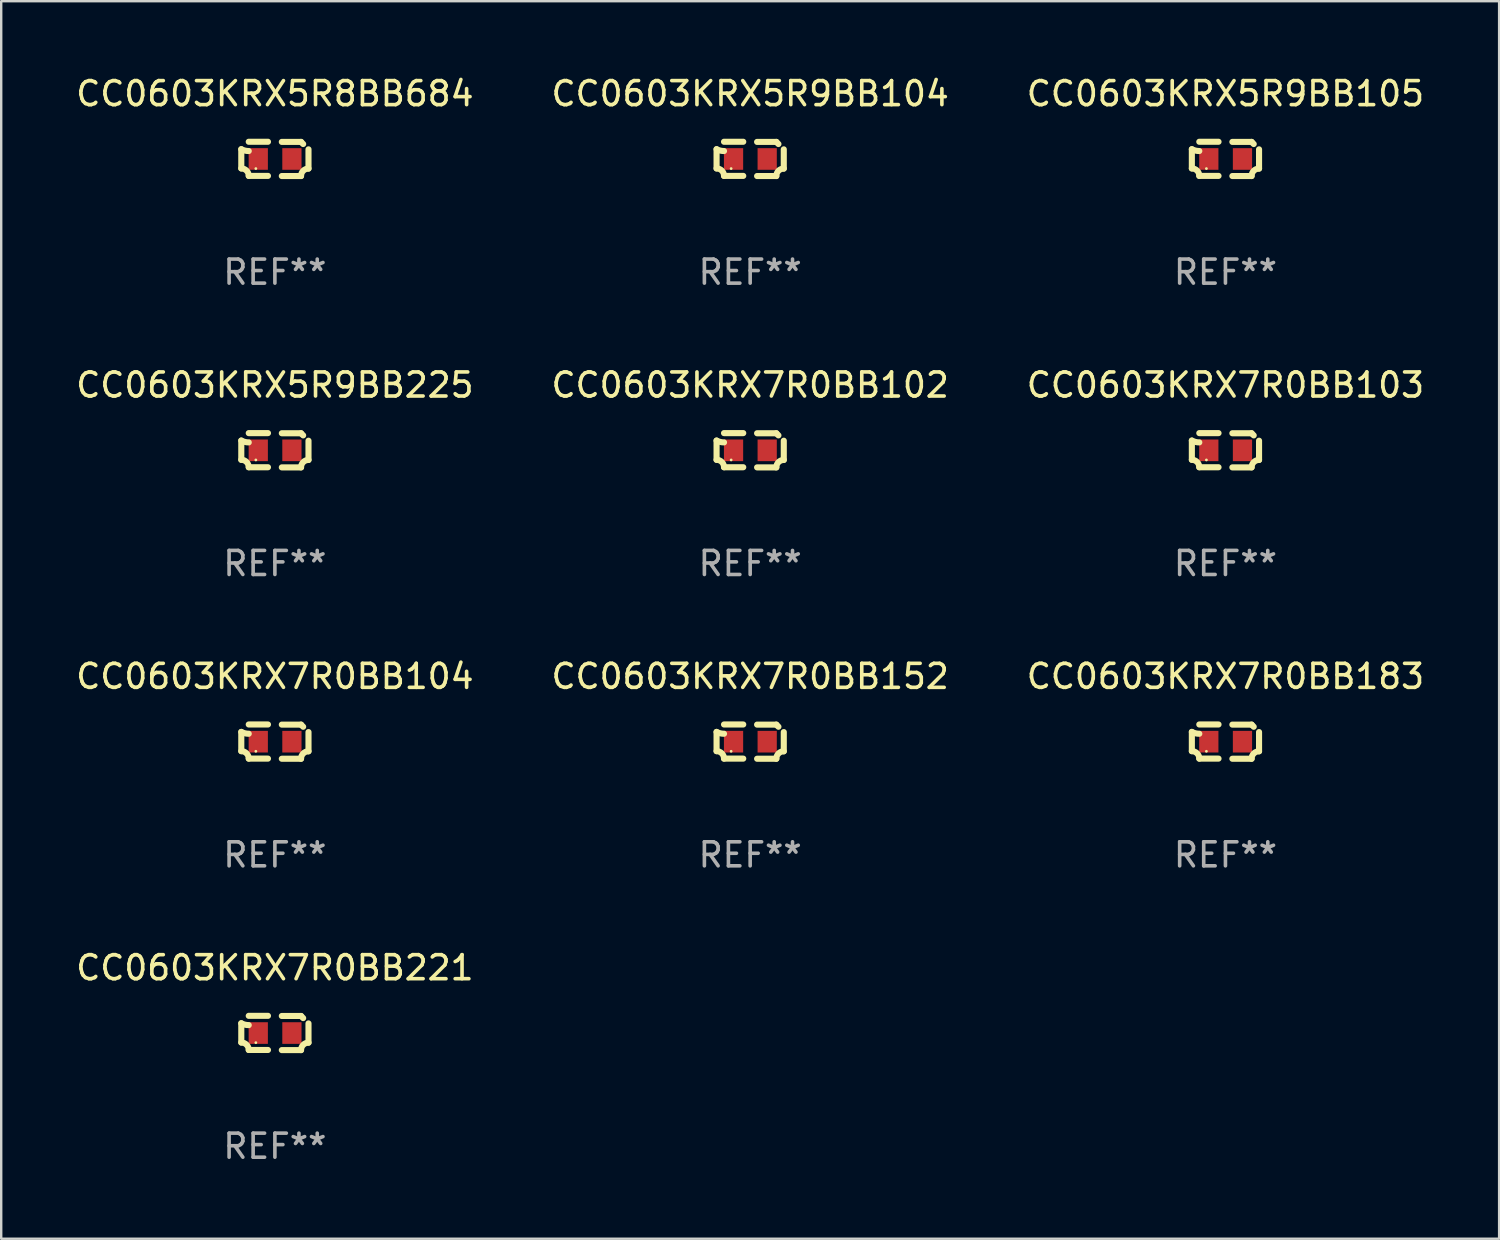
<source format=kicad_pcb>
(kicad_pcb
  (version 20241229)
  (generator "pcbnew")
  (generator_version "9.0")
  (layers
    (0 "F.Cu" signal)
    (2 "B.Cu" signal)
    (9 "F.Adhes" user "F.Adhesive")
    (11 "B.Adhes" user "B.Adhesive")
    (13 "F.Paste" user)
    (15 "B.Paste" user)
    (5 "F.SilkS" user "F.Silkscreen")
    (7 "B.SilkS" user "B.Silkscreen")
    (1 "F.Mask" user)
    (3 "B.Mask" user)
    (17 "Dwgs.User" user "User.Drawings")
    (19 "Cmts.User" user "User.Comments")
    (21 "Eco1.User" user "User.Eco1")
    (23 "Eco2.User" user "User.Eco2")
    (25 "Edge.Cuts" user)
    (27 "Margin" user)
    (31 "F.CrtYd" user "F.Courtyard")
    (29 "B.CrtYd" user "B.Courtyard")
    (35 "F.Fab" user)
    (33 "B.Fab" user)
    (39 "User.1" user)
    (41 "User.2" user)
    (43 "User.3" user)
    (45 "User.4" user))
  (footprint "CC0603KRX7R0BB221"
    (layer "F.Cu")
    (at 8.387 39.927)
    (property "Reference" "CC0603KRX7R0BB221" (at 0 -2.713 0) (layer "F.SilkS") (effects (font (size 1 1) (thickness 0.15))))
    (attr through_hole)
    (fp_line (start -1.398 -0.403) (end -1.398 0.397) (stroke (width 0.254) (type solid)) (layer "F.SilkS"))
    (fp_line (start -0.288 -0.713) (end -1.088 -0.713) (stroke (width 0.254) (type solid)) (layer "F.SilkS"))
    (fp_line (start -0.288 0.707) (end -1.088 0.707) (stroke (width 0.254) (type solid)) (layer "F.SilkS"))
    (fp_line (start 0.288 -0.707) (end 1.088 -0.707) (stroke (width 0.254) (type solid)) (layer "F.SilkS"))
    (fp_line (start 0.288 0.713) (end 1.088 0.713) (stroke (width 0.254) (type solid)) (layer "F.SilkS"))
    (fp_line (start 1.398 -0.397) (end 1.398 0.403) (stroke (width 0.254) (type solid)) (layer "F.SilkS"))
    (fp_arc (start -1.397789 0.397066) (mid -1.178701 0.487826) (end -1.08796 0.706922) (stroke (width 0.254001) (type solid)) (layer "F.SilkS"))
    (fp_arc (start -1.08796 -0.327176) (mid -1.247436 -0.346384) (end -1.39779 -0.402908) (stroke (width 0.254001) (type solid)) (layer "F.SilkS"))
    (fp_arc (start 1.087909 0.712738) (mid 1.178656 0.493655) (end 1.397739 0.402908) (stroke (width 0.254001) (type solid)) (layer "F.SilkS"))
    (fp_arc (start 1.175925 -0.618926) (mid 1.131917 -0.662923) (end 1.08791 -0.706922) (stroke (width 0.254001) (type solid)) (layer "F.SilkS"))
    (fp_circle (center -0.792 0.403) (end -0.762 0.403) (stroke (width 0.06) (type solid)) (fill no) (layer "F.SilkS"))
    (fp_text user "REF**" (at 0 4.713 0) (layer "F.Fab") (effects (font (size 1 1) (thickness 0.15))))
    (pad "1" smd rect (at -0.692 0.003) (size 0.8 0.9) (layers "F.Cu" "F.Mask" "F.Paste"))
    (pad "2" smd rect (at 0.708 0.003) (size 0.8 0.9) (layers "F.Cu" "F.Mask" "F.Paste")))
  (footprint "CC0603KRX5R8BB684"
    (layer "F.Cu")
    (at 8.387 3.561)
    (property "Reference" "CC0603KRX5R8BB684" (at 0 -2.713 0) (layer "F.SilkS") (effects (font (size 1 1) (thickness 0.15))))
    (attr through_hole)
    (fp_line (start -1.398 -0.403) (end -1.398 0.397) (stroke (width 0.254) (type solid)) (layer "F.SilkS"))
    (fp_line (start -0.288 -0.713) (end -1.088 -0.713) (stroke (width 0.254) (type solid)) (layer "F.SilkS"))
    (fp_line (start -0.288 0.707) (end -1.088 0.707) (stroke (width 0.254) (type solid)) (layer "F.SilkS"))
    (fp_line (start 0.288 -0.707) (end 1.088 -0.707) (stroke (width 0.254) (type solid)) (layer "F.SilkS"))
    (fp_line (start 0.288 0.713) (end 1.088 0.713) (stroke (width 0.254) (type solid)) (layer "F.SilkS"))
    (fp_line (start 1.398 -0.397) (end 1.398 0.403) (stroke (width 0.254) (type solid)) (layer "F.SilkS"))
    (fp_arc (start -1.397789 0.397066) (mid -1.178701 0.487826) (end -1.08796 0.706922) (stroke (width 0.254001) (type solid)) (layer "F.SilkS"))
    (fp_arc (start -1.08796 -0.327176) (mid -1.247436 -0.346384) (end -1.39779 -0.402908) (stroke (width 0.254001) (type solid)) (layer "F.SilkS"))
    (fp_arc (start 1.087909 0.712738) (mid 1.178656 0.493655) (end 1.397739 0.402908) (stroke (width 0.254001) (type solid)) (layer "F.SilkS"))
    (fp_arc (start 1.175925 -0.618926) (mid 1.131917 -0.662923) (end 1.08791 -0.706922) (stroke (width 0.254001) (type solid)) (layer "F.SilkS"))
    (fp_circle (center -0.792 0.403) (end -0.762 0.403) (stroke (width 0.06) (type solid)) (fill no) (layer "F.SilkS"))
    (fp_text user "REF**" (at 0 4.713 0) (layer "F.Fab") (effects (font (size 1 1) (thickness 0.15))))
    (pad "1" smd rect (at -0.692 0.003) (size 0.8 0.9) (layers "F.Cu" "F.Mask" "F.Paste"))
    (pad "2" smd rect (at 0.708 0.003) (size 0.8 0.9) (layers "F.Cu" "F.Mask" "F.Paste")))
  (footprint "CC0603KRX7R0BB183"
    (layer "F.Cu")
    (at 47.935 27.805)
    (property "Reference" "CC0603KRX7R0BB183" (at 0 -2.713 0) (layer "F.SilkS") (effects (font (size 1 1) (thickness 0.15))))
    (attr through_hole)
    (fp_line (start -1.398 -0.403) (end -1.398 0.397) (stroke (width 0.254) (type solid)) (layer "F.SilkS"))
    (fp_line (start -0.288 -0.713) (end -1.088 -0.713) (stroke (width 0.254) (type solid)) (layer "F.SilkS"))
    (fp_line (start -0.288 0.707) (end -1.088 0.707) (stroke (width 0.254) (type solid)) (layer "F.SilkS"))
    (fp_line (start 0.288 -0.707) (end 1.088 -0.707) (stroke (width 0.254) (type solid)) (layer "F.SilkS"))
    (fp_line (start 0.288 0.713) (end 1.088 0.713) (stroke (width 0.254) (type solid)) (layer "F.SilkS"))
    (fp_line (start 1.398 -0.397) (end 1.398 0.403) (stroke (width 0.254) (type solid)) (layer "F.SilkS"))
    (fp_arc (start -1.397789 0.397066) (mid -1.178701 0.487826) (end -1.08796 0.706922) (stroke (width 0.254001) (type solid)) (layer "F.SilkS"))
    (fp_arc (start -1.08796 -0.327176) (mid -1.247436 -0.346384) (end -1.39779 -0.402908) (stroke (width 0.254001) (type solid)) (layer "F.SilkS"))
    (fp_arc (start 1.087909 0.712738) (mid 1.178656 0.493655) (end 1.397739 0.402908) (stroke (width 0.254001) (type solid)) (layer "F.SilkS"))
    (fp_arc (start 1.175925 -0.618926) (mid 1.131917 -0.662923) (end 1.08791 -0.706922) (stroke (width 0.254001) (type solid)) (layer "F.SilkS"))
    (fp_circle (center -0.792 0.403) (end -0.762 0.403) (stroke (width 0.06) (type solid)) (fill no) (layer "F.SilkS"))
    (fp_text user "REF**" (at 0 4.713 0) (layer "F.Fab") (effects (font (size 1 1) (thickness 0.15))))
    (pad "1" smd rect (at -0.692 0.003) (size 0.8 0.9) (layers "F.Cu" "F.Mask" "F.Paste"))
    (pad "2" smd rect (at 0.708 0.003) (size 0.8 0.9) (layers "F.Cu" "F.Mask" "F.Paste")))
  (footprint "CC0603KRX7R0BB104"
    (layer "F.Cu")
    (at 8.387 27.805)
    (property "Reference" "CC0603KRX7R0BB104" (at 0 -2.713 0) (layer "F.SilkS") (effects (font (size 1 1) (thickness 0.15))))
    (attr through_hole)
    (fp_line (start -1.398 -0.403) (end -1.398 0.397) (stroke (width 0.254) (type solid)) (layer "F.SilkS"))
    (fp_line (start -0.288 -0.713) (end -1.088 -0.713) (stroke (width 0.254) (type solid)) (layer "F.SilkS"))
    (fp_line (start -0.288 0.707) (end -1.088 0.707) (stroke (width 0.254) (type solid)) (layer "F.SilkS"))
    (fp_line (start 0.288 -0.707) (end 1.088 -0.707) (stroke (width 0.254) (type solid)) (layer "F.SilkS"))
    (fp_line (start 0.288 0.713) (end 1.088 0.713) (stroke (width 0.254) (type solid)) (layer "F.SilkS"))
    (fp_line (start 1.398 -0.397) (end 1.398 0.403) (stroke (width 0.254) (type solid)) (layer "F.SilkS"))
    (fp_arc (start -1.397789 0.397066) (mid -1.178701 0.487826) (end -1.08796 0.706922) (stroke (width 0.254001) (type solid)) (layer "F.SilkS"))
    (fp_arc (start -1.08796 -0.327176) (mid -1.247436 -0.346384) (end -1.39779 -0.402908) (stroke (width 0.254001) (type solid)) (layer "F.SilkS"))
    (fp_arc (start 1.087909 0.712738) (mid 1.178656 0.493655) (end 1.397739 0.402908) (stroke (width 0.254001) (type solid)) (layer "F.SilkS"))
    (fp_arc (start 1.175925 -0.618926) (mid 1.131917 -0.662923) (end 1.08791 -0.706922) (stroke (width 0.254001) (type solid)) (layer "F.SilkS"))
    (fp_circle (center -0.792 0.403) (end -0.762 0.403) (stroke (width 0.06) (type solid)) (fill no) (layer "F.SilkS"))
    (fp_text user "REF**" (at 0 4.713 0) (layer "F.Fab") (effects (font (size 1 1) (thickness 0.15))))
    (pad "1" smd rect (at -0.692 0.003) (size 0.8 0.9) (layers "F.Cu" "F.Mask" "F.Paste"))
    (pad "2" smd rect (at 0.708 0.003) (size 0.8 0.9) (layers "F.Cu" "F.Mask" "F.Paste")))
  (footprint "CC0603KRX5R9BB105"
    (layer "F.Cu")
    (at 47.935 3.561)
    (property "Reference" "CC0603KRX5R9BB105" (at 0 -2.713 0) (layer "F.SilkS") (effects (font (size 1 1) (thickness 0.15))))
    (attr through_hole)
    (fp_line (start -1.398 -0.403) (end -1.398 0.397) (stroke (width 0.254) (type solid)) (layer "F.SilkS"))
    (fp_line (start -0.288 -0.713) (end -1.088 -0.713) (stroke (width 0.254) (type solid)) (layer "F.SilkS"))
    (fp_line (start -0.288 0.707) (end -1.088 0.707) (stroke (width 0.254) (type solid)) (layer "F.SilkS"))
    (fp_line (start 0.288 -0.707) (end 1.088 -0.707) (stroke (width 0.254) (type solid)) (layer "F.SilkS"))
    (fp_line (start 0.288 0.713) (end 1.088 0.713) (stroke (width 0.254) (type solid)) (layer "F.SilkS"))
    (fp_line (start 1.398 -0.397) (end 1.398 0.403) (stroke (width 0.254) (type solid)) (layer "F.SilkS"))
    (fp_arc (start -1.397789 0.397066) (mid -1.178701 0.487826) (end -1.08796 0.706922) (stroke (width 0.254001) (type solid)) (layer "F.SilkS"))
    (fp_arc (start -1.08796 -0.327176) (mid -1.247436 -0.346384) (end -1.39779 -0.402908) (stroke (width 0.254001) (type solid)) (layer "F.SilkS"))
    (fp_arc (start 1.087909 0.712738) (mid 1.178656 0.493655) (end 1.397739 0.402908) (stroke (width 0.254001) (type solid)) (layer "F.SilkS"))
    (fp_arc (start 1.175925 -0.618926) (mid 1.131917 -0.662923) (end 1.08791 -0.706922) (stroke (width 0.254001) (type solid)) (layer "F.SilkS"))
    (fp_circle (center -0.792 0.403) (end -0.762 0.403) (stroke (width 0.06) (type solid)) (fill no) (layer "F.SilkS"))
    (fp_text user "REF**" (at 0 4.713 0) (layer "F.Fab") (effects (font (size 1 1) (thickness 0.15))))
    (pad "1" smd rect (at -0.692 0.003) (size 0.8 0.9) (layers "F.Cu" "F.Mask" "F.Paste"))
    (pad "2" smd rect (at 0.708 0.003) (size 0.8 0.9) (layers "F.Cu" "F.Mask" "F.Paste")))
  (footprint "CC0603KRX7R0BB102"
    (layer "F.Cu")
    (at 28.161 15.683)
    (property "Reference" "CC0603KRX7R0BB102" (at 0 -2.713 0) (layer "F.SilkS") (effects (font (size 1 1) (thickness 0.15))))
    (attr through_hole)
    (fp_line (start -1.398 -0.403) (end -1.398 0.397) (stroke (width 0.254) (type solid)) (layer "F.SilkS"))
    (fp_line (start -0.288 -0.713) (end -1.088 -0.713) (stroke (width 0.254) (type solid)) (layer "F.SilkS"))
    (fp_line (start -0.288 0.707) (end -1.088 0.707) (stroke (width 0.254) (type solid)) (layer "F.SilkS"))
    (fp_line (start 0.288 -0.707) (end 1.088 -0.707) (stroke (width 0.254) (type solid)) (layer "F.SilkS"))
    (fp_line (start 0.288 0.713) (end 1.088 0.713) (stroke (width 0.254) (type solid)) (layer "F.SilkS"))
    (fp_line (start 1.398 -0.397) (end 1.398 0.403) (stroke (width 0.254) (type solid)) (layer "F.SilkS"))
    (fp_arc (start -1.397789 0.397066) (mid -1.178701 0.487826) (end -1.08796 0.706922) (stroke (width 0.254001) (type solid)) (layer "F.SilkS"))
    (fp_arc (start -1.08796 -0.327176) (mid -1.247436 -0.346384) (end -1.39779 -0.402908) (stroke (width 0.254001) (type solid)) (layer "F.SilkS"))
    (fp_arc (start 1.087909 0.712738) (mid 1.178656 0.493655) (end 1.397739 0.402908) (stroke (width 0.254001) (type solid)) (layer "F.SilkS"))
    (fp_arc (start 1.175925 -0.618926) (mid 1.131917 -0.662923) (end 1.08791 -0.706922) (stroke (width 0.254001) (type solid)) (layer "F.SilkS"))
    (fp_circle (center -0.792 0.403) (end -0.762 0.403) (stroke (width 0.06) (type solid)) (fill no) (layer "F.SilkS"))
    (fp_text user "REF**" (at 0 4.713 0) (layer "F.Fab") (effects (font (size 1 1) (thickness 0.15))))
    (pad "1" smd rect (at -0.692 0.003) (size 0.8 0.9) (layers "F.Cu" "F.Mask" "F.Paste"))
    (pad "2" smd rect (at 0.708 0.003) (size 0.8 0.9) (layers "F.Cu" "F.Mask" "F.Paste")))
  (footprint "CC0603KRX5R9BB104"
    (layer "F.Cu")
    (at 28.161 3.561)
    (property "Reference" "CC0603KRX5R9BB104" (at 0 -2.713 0) (layer "F.SilkS") (effects (font (size 1 1) (thickness 0.15))))
    (attr through_hole)
    (fp_line (start -1.398 -0.403) (end -1.398 0.397) (stroke (width 0.254) (type solid)) (layer "F.SilkS"))
    (fp_line (start -0.288 -0.713) (end -1.088 -0.713) (stroke (width 0.254) (type solid)) (layer "F.SilkS"))
    (fp_line (start -0.288 0.707) (end -1.088 0.707) (stroke (width 0.254) (type solid)) (layer "F.SilkS"))
    (fp_line (start 0.288 -0.707) (end 1.088 -0.707) (stroke (width 0.254) (type solid)) (layer "F.SilkS"))
    (fp_line (start 0.288 0.713) (end 1.088 0.713) (stroke (width 0.254) (type solid)) (layer "F.SilkS"))
    (fp_line (start 1.398 -0.397) (end 1.398 0.403) (stroke (width 0.254) (type solid)) (layer "F.SilkS"))
    (fp_arc (start -1.397789 0.397066) (mid -1.178701 0.487826) (end -1.08796 0.706922) (stroke (width 0.254001) (type solid)) (layer "F.SilkS"))
    (fp_arc (start -1.08796 -0.327176) (mid -1.247436 -0.346384) (end -1.39779 -0.402908) (stroke (width 0.254001) (type solid)) (layer "F.SilkS"))
    (fp_arc (start 1.087909 0.712738) (mid 1.178656 0.493655) (end 1.397739 0.402908) (stroke (width 0.254001) (type solid)) (layer "F.SilkS"))
    (fp_arc (start 1.175925 -0.618926) (mid 1.131917 -0.662923) (end 1.08791 -0.706922) (stroke (width 0.254001) (type solid)) (layer "F.SilkS"))
    (fp_circle (center -0.792 0.403) (end -0.762 0.403) (stroke (width 0.06) (type solid)) (fill no) (layer "F.SilkS"))
    (fp_text user "REF**" (at 0 4.713 0) (layer "F.Fab") (effects (font (size 1 1) (thickness 0.15))))
    (pad "1" smd rect (at -0.692 0.003) (size 0.8 0.9) (layers "F.Cu" "F.Mask" "F.Paste"))
    (pad "2" smd rect (at 0.708 0.003) (size 0.8 0.9) (layers "F.Cu" "F.Mask" "F.Paste")))
  (footprint "CC0603KRX7R0BB152"
    (layer "F.Cu")
    (at 28.161 27.805)
    (property "Reference" "CC0603KRX7R0BB152" (at 0 -2.713 0) (layer "F.SilkS") (effects (font (size 1 1) (thickness 0.15))))
    (attr through_hole)
    (fp_line (start -1.398 -0.403) (end -1.398 0.397) (stroke (width 0.254) (type solid)) (layer "F.SilkS"))
    (fp_line (start -0.288 -0.713) (end -1.088 -0.713) (stroke (width 0.254) (type solid)) (layer "F.SilkS"))
    (fp_line (start -0.288 0.707) (end -1.088 0.707) (stroke (width 0.254) (type solid)) (layer "F.SilkS"))
    (fp_line (start 0.288 -0.707) (end 1.088 -0.707) (stroke (width 0.254) (type solid)) (layer "F.SilkS"))
    (fp_line (start 0.288 0.713) (end 1.088 0.713) (stroke (width 0.254) (type solid)) (layer "F.SilkS"))
    (fp_line (start 1.398 -0.397) (end 1.398 0.403) (stroke (width 0.254) (type solid)) (layer "F.SilkS"))
    (fp_arc (start -1.397789 0.397066) (mid -1.178701 0.487826) (end -1.08796 0.706922) (stroke (width 0.254001) (type solid)) (layer "F.SilkS"))
    (fp_arc (start -1.08796 -0.327176) (mid -1.247436 -0.346384) (end -1.39779 -0.402908) (stroke (width 0.254001) (type solid)) (layer "F.SilkS"))
    (fp_arc (start 1.087909 0.712738) (mid 1.178656 0.493655) (end 1.397739 0.402908) (stroke (width 0.254001) (type solid)) (layer "F.SilkS"))
    (fp_arc (start 1.175925 -0.618926) (mid 1.131917 -0.662923) (end 1.08791 -0.706922) (stroke (width 0.254001) (type solid)) (layer "F.SilkS"))
    (fp_circle (center -0.792 0.403) (end -0.762 0.403) (stroke (width 0.06) (type solid)) (fill no) (layer "F.SilkS"))
    (fp_text user "REF**" (at 0 4.713 0) (layer "F.Fab") (effects (font (size 1 1) (thickness 0.15))))
    (pad "1" smd rect (at -0.692 0.003) (size 0.8 0.9) (layers "F.Cu" "F.Mask" "F.Paste"))
    (pad "2" smd rect (at 0.708 0.003) (size 0.8 0.9) (layers "F.Cu" "F.Mask" "F.Paste")))
  (footprint "CC0603KRX7R0BB103"
    (layer "F.Cu")
    (at 47.935 15.683)
    (property "Reference" "CC0603KRX7R0BB103" (at 0 -2.713 0) (layer "F.SilkS") (effects (font (size 1 1) (thickness 0.15))))
    (attr through_hole)
    (fp_line (start -1.398 -0.403) (end -1.398 0.397) (stroke (width 0.254) (type solid)) (layer "F.SilkS"))
    (fp_line (start -0.288 -0.713) (end -1.088 -0.713) (stroke (width 0.254) (type solid)) (layer "F.SilkS"))
    (fp_line (start -0.288 0.707) (end -1.088 0.707) (stroke (width 0.254) (type solid)) (layer "F.SilkS"))
    (fp_line (start 0.288 -0.707) (end 1.088 -0.707) (stroke (width 0.254) (type solid)) (layer "F.SilkS"))
    (fp_line (start 0.288 0.713) (end 1.088 0.713) (stroke (width 0.254) (type solid)) (layer "F.SilkS"))
    (fp_line (start 1.398 -0.397) (end 1.398 0.403) (stroke (width 0.254) (type solid)) (layer "F.SilkS"))
    (fp_arc (start -1.397789 0.397066) (mid -1.178701 0.487826) (end -1.08796 0.706922) (stroke (width 0.254001) (type solid)) (layer "F.SilkS"))
    (fp_arc (start -1.08796 -0.327176) (mid -1.247436 -0.346384) (end -1.39779 -0.402908) (stroke (width 0.254001) (type solid)) (layer "F.SilkS"))
    (fp_arc (start 1.087909 0.712738) (mid 1.178656 0.493655) (end 1.397739 0.402908) (stroke (width 0.254001) (type solid)) (layer "F.SilkS"))
    (fp_arc (start 1.175925 -0.618926) (mid 1.131917 -0.662923) (end 1.08791 -0.706922) (stroke (width 0.254001) (type solid)) (layer "F.SilkS"))
    (fp_circle (center -0.792 0.403) (end -0.762 0.403) (stroke (width 0.06) (type solid)) (fill no) (layer "F.SilkS"))
    (fp_text user "REF**" (at 0 4.713 0) (layer "F.Fab") (effects (font (size 1 1) (thickness 0.15))))
    (pad "1" smd rect (at -0.692 0.003) (size 0.8 0.9) (layers "F.Cu" "F.Mask" "F.Paste"))
    (pad "2" smd rect (at 0.708 0.003) (size 0.8 0.9) (layers "F.Cu" "F.Mask" "F.Paste")))
  (footprint "CC0603KRX5R9BB225"
    (layer "F.Cu")
    (at 8.387 15.683)
    (property "Reference" "CC0603KRX5R9BB225" (at 0 -2.713 0) (layer "F.SilkS") (effects (font (size 1 1) (thickness 0.15))))
    (attr through_hole)
    (fp_line (start -1.398 -0.403) (end -1.398 0.397) (stroke (width 0.254) (type solid)) (layer "F.SilkS"))
    (fp_line (start -0.288 -0.713) (end -1.088 -0.713) (stroke (width 0.254) (type solid)) (layer "F.SilkS"))
    (fp_line (start -0.288 0.707) (end -1.088 0.707) (stroke (width 0.254) (type solid)) (layer "F.SilkS"))
    (fp_line (start 0.288 -0.707) (end 1.088 -0.707) (stroke (width 0.254) (type solid)) (layer "F.SilkS"))
    (fp_line (start 0.288 0.713) (end 1.088 0.713) (stroke (width 0.254) (type solid)) (layer "F.SilkS"))
    (fp_line (start 1.398 -0.397) (end 1.398 0.403) (stroke (width 0.254) (type solid)) (layer "F.SilkS"))
    (fp_arc (start -1.397789 0.397066) (mid -1.178701 0.487826) (end -1.08796 0.706922) (stroke (width 0.254001) (type solid)) (layer "F.SilkS"))
    (fp_arc (start -1.08796 -0.327176) (mid -1.247436 -0.346384) (end -1.39779 -0.402908) (stroke (width 0.254001) (type solid)) (layer "F.SilkS"))
    (fp_arc (start 1.087909 0.712738) (mid 1.178656 0.493655) (end 1.397739 0.402908) (stroke (width 0.254001) (type solid)) (layer "F.SilkS"))
    (fp_arc (start 1.175925 -0.618926) (mid 1.131917 -0.662923) (end 1.08791 -0.706922) (stroke (width 0.254001) (type solid)) (layer "F.SilkS"))
    (fp_circle (center -0.792 0.403) (end -0.762 0.403) (stroke (width 0.06) (type solid)) (fill no) (layer "F.SilkS"))
    (fp_text user "REF**" (at 0 4.713 0) (layer "F.Fab") (effects (font (size 1 1) (thickness 0.15))))
    (pad "1" smd rect (at -0.692 0.003) (size 0.8 0.9) (layers "F.Cu" "F.Mask" "F.Paste"))
    (pad "2" smd rect (at 0.708 0.003) (size 0.8 0.9) (layers "F.Cu" "F.Mask" "F.Paste")))
  (gr_rect
    (start -3 -3)
    (end 59.321 48.488)
    (stroke (width 0.1) (type default))
    (fill no)
    (layer "Edge.Cuts")))
</source>
